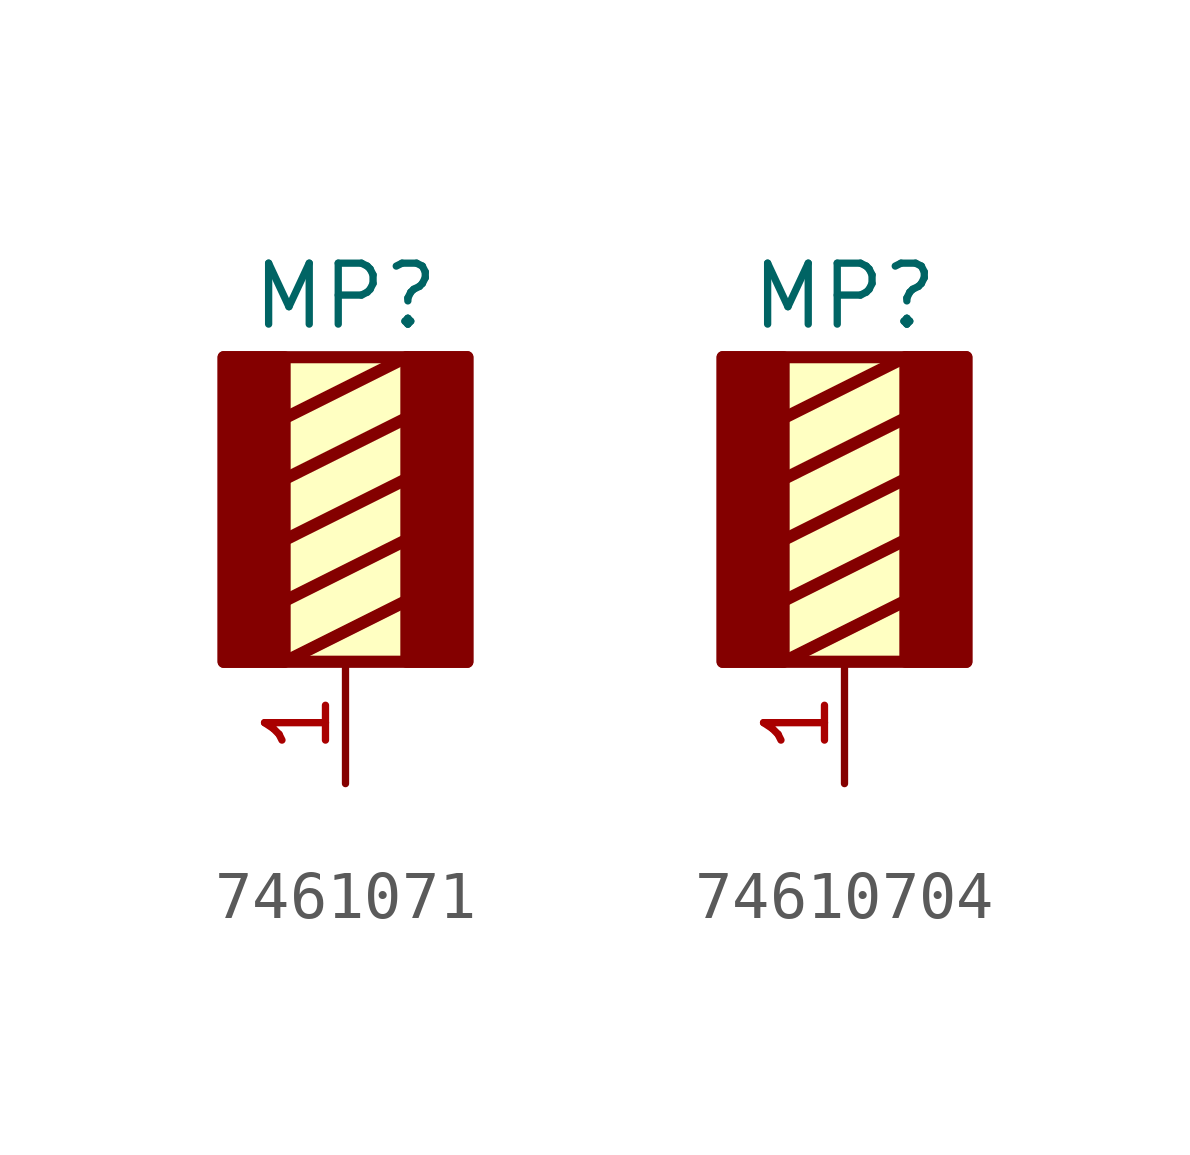
<source format=kicad_sym>
(kicad_symbol_lib
  (version 20220914)
  (generator kicad_symbol_editor)
  (symbol "7461071"
    (pin_names hide)
    (property "Reference" "MP"
      (at 0 5.08 0)
      (effects (font (size 1.27 1.27))))
    (symbol "7461071_0_0"
      (rectangle (start -2.54 3.81) (end 2.54 -2.54) (stroke (width 0.254) (type default)) (fill (type background)))
      (polyline (pts (xy -1.27 2.54) (xy 1.27 3.81)) (stroke (width 0.254) (type default)) (fill (type none)))
      (polyline (pts (xy 1.27 -1.27) (xy -1.27 -2.54)) (stroke (width 0.254) (type default)) (fill (type none)))
      (polyline (pts (xy 1.27 0) (xy -1.27 -1.27)) (stroke (width 0.254) (type default)) (fill (type none)))
      (polyline (pts (xy 1.27 1.27) (xy -1.27 0)) (stroke (width 0.254) (type default)) (fill (type none)))
      (polyline (pts (xy 1.27 2.54) (xy -1.27 1.27)) (stroke (width 0.254) (type default)) (fill (type none))))
    (symbol "7461071_1_0"
      (rectangle (start -2.54 3.81) (end -1.27 -2.54) (stroke (width 0.254) (type default)) (fill (type outline)))
      (rectangle (start 1.27 3.81) (end 2.54 -2.54) (stroke (width 0.254) (type default)) (fill (type outline)))
      (pin passive line (at 0 -5.08 90) (length 2.54) (name "1" (effects (font (size 1.27 1.27)))) (number "1" (effects (font (size 1.27 1.27)))))))
  (symbol "74610704"
    (pin_names hide)
    (property "Reference" "MP"
      (at 0 5.08 0)
      (effects (font (size 1.27 1.27))))
    (symbol "74610704_0_0"
      (rectangle (start -2.54 3.81) (end 2.54 -2.54) (stroke (width 0.254) (type default)) (fill (type background)))
      (polyline (pts (xy -1.27 2.54) (xy 1.27 3.81)) (stroke (width 0.254) (type default)) (fill (type none)))
      (polyline (pts (xy 1.27 -1.27) (xy -1.27 -2.54)) (stroke (width 0.254) (type default)) (fill (type none)))
      (polyline (pts (xy 1.27 0) (xy -1.27 -1.27)) (stroke (width 0.254) (type default)) (fill (type none)))
      (polyline (pts (xy 1.27 1.27) (xy -1.27 0)) (stroke (width 0.254) (type default)) (fill (type none)))
      (polyline (pts (xy 1.27 2.54) (xy -1.27 1.27)) (stroke (width 0.254) (type default)) (fill (type none))))
    (symbol "74610704_1_0"
      (rectangle (start -2.54 3.81) (end -1.27 -2.54) (stroke (width 0.254) (type default)) (fill (type outline)))
      (rectangle (start 1.27 3.81) (end 2.54 -2.54) (stroke (width 0.254) (type default)) (fill (type outline)))
      (pin passive line (at 0 -5.08 90) (length 2.54) (name "1" (effects (font (size 1.27 1.27)))) (number "1" (effects (font (size 1.27 1.27))))))))
</source>
